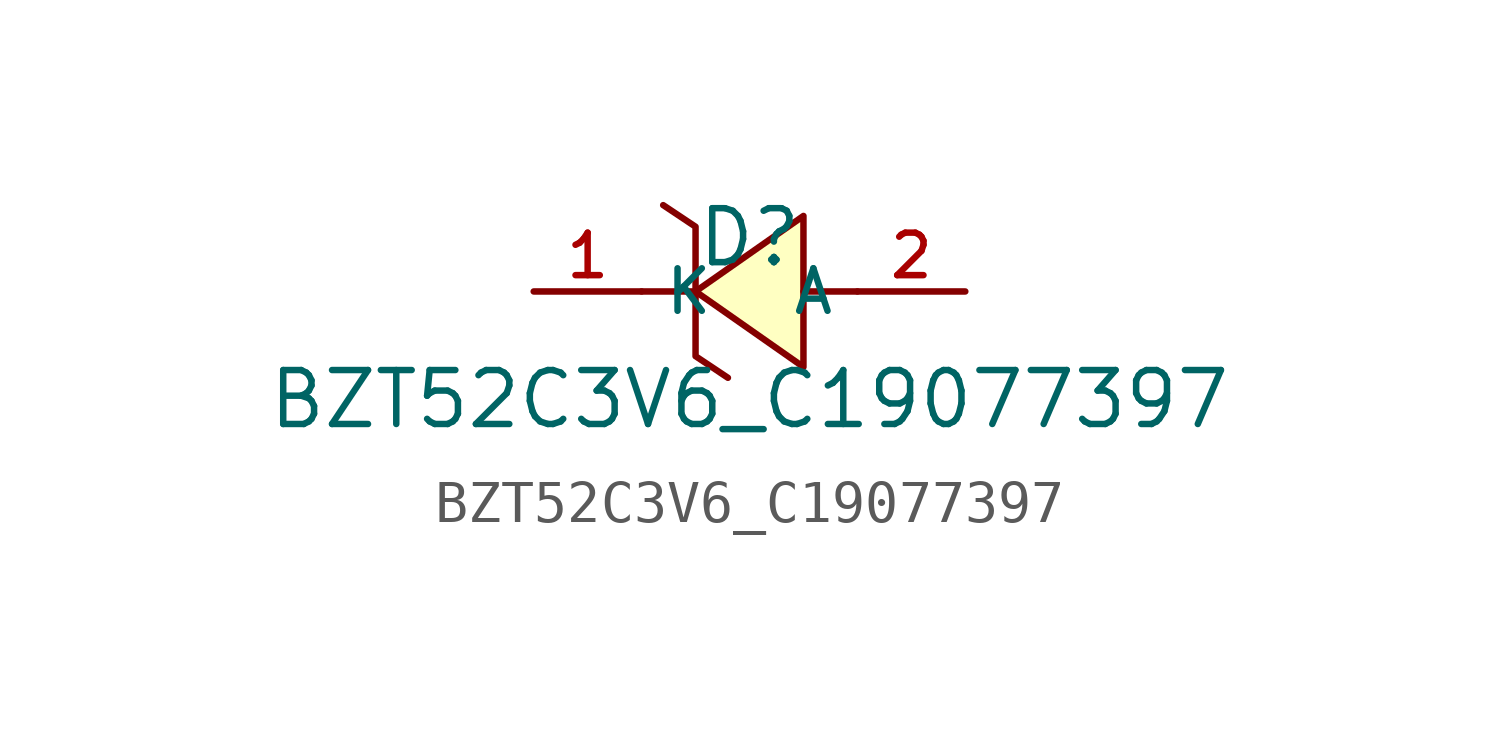
<source format=kicad_sym>
(kicad_symbol_lib
  (version 20210201)
  (generator TousstNicolas/JLC2KiCad_lib)
  (symbol "BZT52C3V6_C19077397"
    (property "Reference" "D"
      (at 0 1.27 0)
      (effects (font (size 1.27 1.27))))
    (property "Value" "BZT52C3V6_C19077397"
      (at 0 -2.54 0)
      (effects (font (size 1.27 1.27))))
    (symbol "BZT52C3V6_C19077397_0_1"
      (polyline (pts (xy -1.27 -0.0) (xy -2.54 -0.0)) (stroke (width 0) (type default) (color 0 0 0 0)) (fill (type none)))
      (polyline (pts (xy 2.54 -0.0) (xy 1.27 -0.0)) (stroke (width 0) (type default) (color 0 0 0 0)) (fill (type none)))
      (polyline (pts (xy -2.032 2.032) (xy -1.27 1.524) (xy -1.27 -1.524) (xy -0.508 -2.032)) (stroke (width 0) (type default) (color 0 0 0 0)) (fill (type none)))
      (polyline (pts (xy 1.27 1.778) (xy -1.27 -0.0) (xy 1.27 -1.778) (xy 1.27 1.778)) (stroke (width 0) (type default) (color 0 0 0 0)) (fill (type background)))
      (pin unspecified line (at -5.08 -0.0 0) (length 2.54) (name "K" (effects (font (size 1 1)))) (number "1" (effects (font (size 1 1)))))
      (pin unspecified line (at 5.08 -0.0 180) (length 2.54) (name "A" (effects (font (size 1 1)))) (number "2" (effects (font (size 1 1))))))))
</source>
